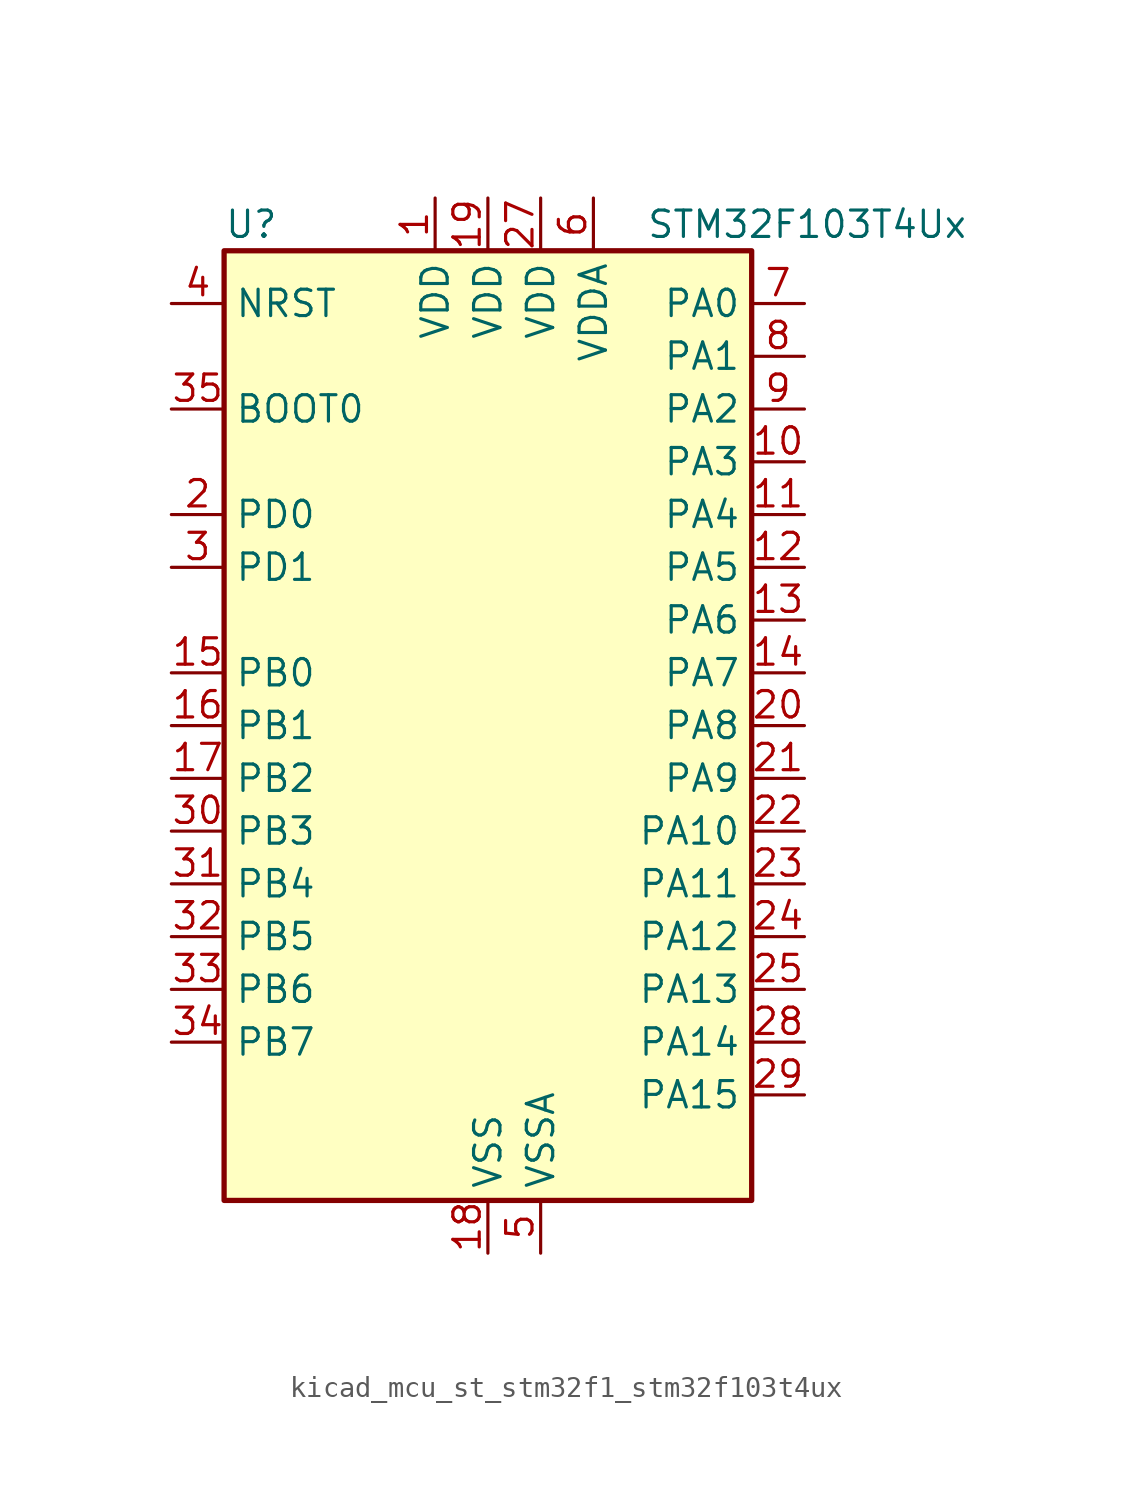
<source format=kicad_sym>
(kicad_symbol_lib
  (version 20220914)
  (generator kicad_symbol_editor)
  (symbol "kicad_mcu_st_stm32f1_stm32f103t4ux"
    (property "Reference" "U"
      (at -12.7 24.13 0)
      (effects (font (size 1.27 1.27)) (justify left)))
    (property "Value" "STM32F103T4Ux"
      (at 7.62 24.13 0)
      (effects (font (size 1.27 1.27)) (justify left)))
    (property "ki_locked" ""
      (at 0 0 0)
      (effects (font (size 1.27 1.27))))
    (symbol "kicad_mcu_st_stm32f1_stm32f103t4ux_0_1"
      (rectangle (start -12.7 -22.86) (end 12.7 22.86) (stroke (width 0.254) (type default)) (fill (type background))))
    (symbol "kicad_mcu_st_stm32f1_stm32f103t4ux_1_1"
      (pin power_in line (at -2.54 25.4 270) (length 2.54) (name "VDD" (effects (font (size 1.27 1.27)))) (number "1" (effects (font (size 1.27 1.27)))))
      (pin bidirectional line (at 15.24 12.7 180) (length 2.54) (name "PA3" (effects (font (size 1.27 1.27)))) (number "10" (effects (font (size 1.27 1.27)))) (alternate "ADC1_IN3" bidirectional line) (alternate "ADC2_IN3" bidirectional line) (alternate "TIM2_CH4" bidirectional line) (alternate "USART2_RX" bidirectional line))
      (pin bidirectional line (at 15.24 10.16 180) (length 2.54) (name "PA4" (effects (font (size 1.27 1.27)))) (number "11" (effects (font (size 1.27 1.27)))) (alternate "ADC1_IN4" bidirectional line) (alternate "ADC2_IN4" bidirectional line) (alternate "SPI1_NSS" bidirectional line) (alternate "USART2_CK" bidirectional line))
      (pin bidirectional line (at 15.24 7.62 180) (length 2.54) (name "PA5" (effects (font (size 1.27 1.27)))) (number "12" (effects (font (size 1.27 1.27)))) (alternate "ADC1_IN5" bidirectional line) (alternate "ADC2_IN5" bidirectional line) (alternate "SPI1_SCK" bidirectional line))
      (pin bidirectional line (at 15.24 5.08 180) (length 2.54) (name "PA6" (effects (font (size 1.27 1.27)))) (number "13" (effects (font (size 1.27 1.27)))) (alternate "ADC1_IN6" bidirectional line) (alternate "ADC2_IN6" bidirectional line) (alternate "SPI1_MISO" bidirectional line) (alternate "TIM1_BKIN" bidirectional line) (alternate "TIM3_CH1" bidirectional line))
      (pin bidirectional line (at 15.24 2.54 180) (length 2.54) (name "PA7" (effects (font (size 1.27 1.27)))) (number "14" (effects (font (size 1.27 1.27)))) (alternate "ADC1_IN7" bidirectional line) (alternate "ADC2_IN7" bidirectional line) (alternate "SPI1_MOSI" bidirectional line) (alternate "TIM1_CH1N" bidirectional line) (alternate "TIM3_CH2" bidirectional line))
      (pin bidirectional line (at -15.24 2.54 0) (length 2.54) (name "PB0" (effects (font (size 1.27 1.27)))) (number "15" (effects (font (size 1.27 1.27)))) (alternate "ADC1_IN8" bidirectional line) (alternate "ADC2_IN8" bidirectional line) (alternate "TIM1_CH2N" bidirectional line) (alternate "TIM3_CH3" bidirectional line))
      (pin bidirectional line (at -15.24 0 0) (length 2.54) (name "PB1" (effects (font (size 1.27 1.27)))) (number "16" (effects (font (size 1.27 1.27)))) (alternate "ADC1_IN9" bidirectional line) (alternate "ADC2_IN9" bidirectional line) (alternate "TIM1_CH3N" bidirectional line) (alternate "TIM3_CH4" bidirectional line))
      (pin bidirectional line (at -15.24 -2.54 0) (length 2.54) (name "PB2" (effects (font (size 1.27 1.27)))) (number "17" (effects (font (size 1.27 1.27)))))
      (pin power_in line (at 0 -25.4 90) (length 2.54) (name "VSS" (effects (font (size 1.27 1.27)))) (number "18" (effects (font (size 1.27 1.27)))))
      (pin power_in line (at 0 25.4 270) (length 2.54) (name "VDD" (effects (font (size 1.27 1.27)))) (number "19" (effects (font (size 1.27 1.27)))))
      (pin bidirectional line (at -15.24 10.16 0) (length 2.54) (name "PD0" (effects (font (size 1.27 1.27)))) (number "2" (effects (font (size 1.27 1.27)))) (alternate "RCC_OSC_IN" bidirectional line))
      (pin bidirectional line (at 15.24 0 180) (length 2.54) (name "PA8" (effects (font (size 1.27 1.27)))) (number "20" (effects (font (size 1.27 1.27)))) (alternate "RCC_MCO" bidirectional line) (alternate "TIM1_CH1" bidirectional line) (alternate "USART1_CK" bidirectional line))
      (pin bidirectional line (at 15.24 -2.54 180) (length 2.54) (name "PA9" (effects (font (size 1.27 1.27)))) (number "21" (effects (font (size 1.27 1.27)))) (alternate "TIM1_CH2" bidirectional line) (alternate "USART1_TX" bidirectional line))
      (pin bidirectional line (at 15.24 -5.08 180) (length 2.54) (name "PA10" (effects (font (size 1.27 1.27)))) (number "22" (effects (font (size 1.27 1.27)))) (alternate "TIM1_CH3" bidirectional line) (alternate "USART1_RX" bidirectional line))
      (pin bidirectional line (at 15.24 -7.62 180) (length 2.54) (name "PA11" (effects (font (size 1.27 1.27)))) (number "23" (effects (font (size 1.27 1.27)))) (alternate "ADC1_EXTI11" bidirectional line) (alternate "ADC2_EXTI11" bidirectional line) (alternate "CAN_RX" bidirectional line) (alternate "TIM1_CH4" bidirectional line) (alternate "USART1_CTS" bidirectional line) (alternate "USB_DM" bidirectional line))
      (pin bidirectional line (at 15.24 -10.16 180) (length 2.54) (name "PA12" (effects (font (size 1.27 1.27)))) (number "24" (effects (font (size 1.27 1.27)))) (alternate "CAN_TX" bidirectional line) (alternate "TIM1_ETR" bidirectional line) (alternate "USART1_RTS" bidirectional line) (alternate "USB_DP" bidirectional line))
      (pin bidirectional line (at 15.24 -12.7 180) (length 2.54) (name "PA13" (effects (font (size 1.27 1.27)))) (number "25" (effects (font (size 1.27 1.27)))) (alternate "SYS_JTMS-SWDIO" bidirectional line))
      (pin passive line (at 0 -25.4 90) (length 2.54) hide (name "VSS" (effects (font (size 1.27 1.27)))) (number "26" (effects (font (size 1.27 1.27)))))
      (pin power_in line (at 2.54 25.4 270) (length 2.54) (name "VDD" (effects (font (size 1.27 1.27)))) (number "27" (effects (font (size 1.27 1.27)))))
      (pin bidirectional line (at 15.24 -15.24 180) (length 2.54) (name "PA14" (effects (font (size 1.27 1.27)))) (number "28" (effects (font (size 1.27 1.27)))) (alternate "SYS_JTCK-SWCLK" bidirectional line))
      (pin bidirectional line (at 15.24 -17.78 180) (length 2.54) (name "PA15" (effects (font (size 1.27 1.27)))) (number "29" (effects (font (size 1.27 1.27)))) (alternate "ADC1_EXTI15" bidirectional line) (alternate "ADC2_EXTI15" bidirectional line) (alternate "SPI1_NSS" bidirectional line) (alternate "SYS_JTDI" bidirectional line) (alternate "TIM2_CH1" bidirectional line) (alternate "TIM2_ETR" bidirectional line))
      (pin bidirectional line (at -15.24 7.62 0) (length 2.54) (name "PD1" (effects (font (size 1.27 1.27)))) (number "3" (effects (font (size 1.27 1.27)))) (alternate "RCC_OSC_OUT" bidirectional line))
      (pin bidirectional line (at -15.24 -5.08 0) (length 2.54) (name "PB3" (effects (font (size 1.27 1.27)))) (number "30" (effects (font (size 1.27 1.27)))) (alternate "SPI1_SCK" bidirectional line) (alternate "SYS_JTDO-TRACESWO" bidirectional line) (alternate "TIM2_CH2" bidirectional line))
      (pin bidirectional line (at -15.24 -7.62 0) (length 2.54) (name "PB4" (effects (font (size 1.27 1.27)))) (number "31" (effects (font (size 1.27 1.27)))) (alternate "SPI1_MISO" bidirectional line) (alternate "SYS_NJTRST" bidirectional line) (alternate "TIM3_CH1" bidirectional line))
      (pin bidirectional line (at -15.24 -10.16 0) (length 2.54) (name "PB5" (effects (font (size 1.27 1.27)))) (number "32" (effects (font (size 1.27 1.27)))) (alternate "I2C1_SMBA" bidirectional line) (alternate "SPI1_MOSI" bidirectional line) (alternate "TIM3_CH2" bidirectional line))
      (pin bidirectional line (at -15.24 -12.7 0) (length 2.54) (name "PB6" (effects (font (size 1.27 1.27)))) (number "33" (effects (font (size 1.27 1.27)))) (alternate "I2C1_SCL" bidirectional line) (alternate "USART1_TX" bidirectional line))
      (pin bidirectional line (at -15.24 -15.24 0) (length 2.54) (name "PB7" (effects (font (size 1.27 1.27)))) (number "34" (effects (font (size 1.27 1.27)))) (alternate "I2C1_SDA" bidirectional line) (alternate "USART1_RX" bidirectional line))
      (pin input line (at -15.24 15.24 0) (length 2.54) (name "BOOT0" (effects (font (size 1.27 1.27)))) (number "35" (effects (font (size 1.27 1.27)))))
      (pin passive line (at 0 -25.4 90) (length 2.54) hide (name "VSS" (effects (font (size 1.27 1.27)))) (number "36" (effects (font (size 1.27 1.27)))))
      (pin passive line (at 0 -25.4 90) (length 2.54) hide (name "VSS" (effects (font (size 1.27 1.27)))) (number "37" (effects (font (size 1.27 1.27)))))
      (pin input line (at -15.24 20.32 0) (length 2.54) (name "NRST" (effects (font (size 1.27 1.27)))) (number "4" (effects (font (size 1.27 1.27)))))
      (pin power_in line (at 2.54 -25.4 90) (length 2.54) (name "VSSA" (effects (font (size 1.27 1.27)))) (number "5" (effects (font (size 1.27 1.27)))))
      (pin power_in line (at 5.08 25.4 270) (length 2.54) (name "VDDA" (effects (font (size 1.27 1.27)))) (number "6" (effects (font (size 1.27 1.27)))))
      (pin bidirectional line (at 15.24 20.32 180) (length 2.54) (name "PA0" (effects (font (size 1.27 1.27)))) (number "7" (effects (font (size 1.27 1.27)))) (alternate "ADC1_IN0" bidirectional line) (alternate "ADC2_IN0" bidirectional line) (alternate "SYS_WKUP" bidirectional line) (alternate "TIM2_CH1" bidirectional line) (alternate "TIM2_ETR" bidirectional line) (alternate "USART2_CTS" bidirectional line))
      (pin bidirectional line (at 15.24 17.78 180) (length 2.54) (name "PA1" (effects (font (size 1.27 1.27)))) (number "8" (effects (font (size 1.27 1.27)))) (alternate "ADC1_IN1" bidirectional line) (alternate "ADC2_IN1" bidirectional line) (alternate "TIM2_CH2" bidirectional line) (alternate "USART2_RTS" bidirectional line))
      (pin bidirectional line (at 15.24 15.24 180) (length 2.54) (name "PA2" (effects (font (size 1.27 1.27)))) (number "9" (effects (font (size 1.27 1.27)))) (alternate "ADC1_IN2" bidirectional line) (alternate "ADC2_IN2" bidirectional line) (alternate "TIM2_CH3" bidirectional line) (alternate "USART2_TX" bidirectional line)))))
</source>
